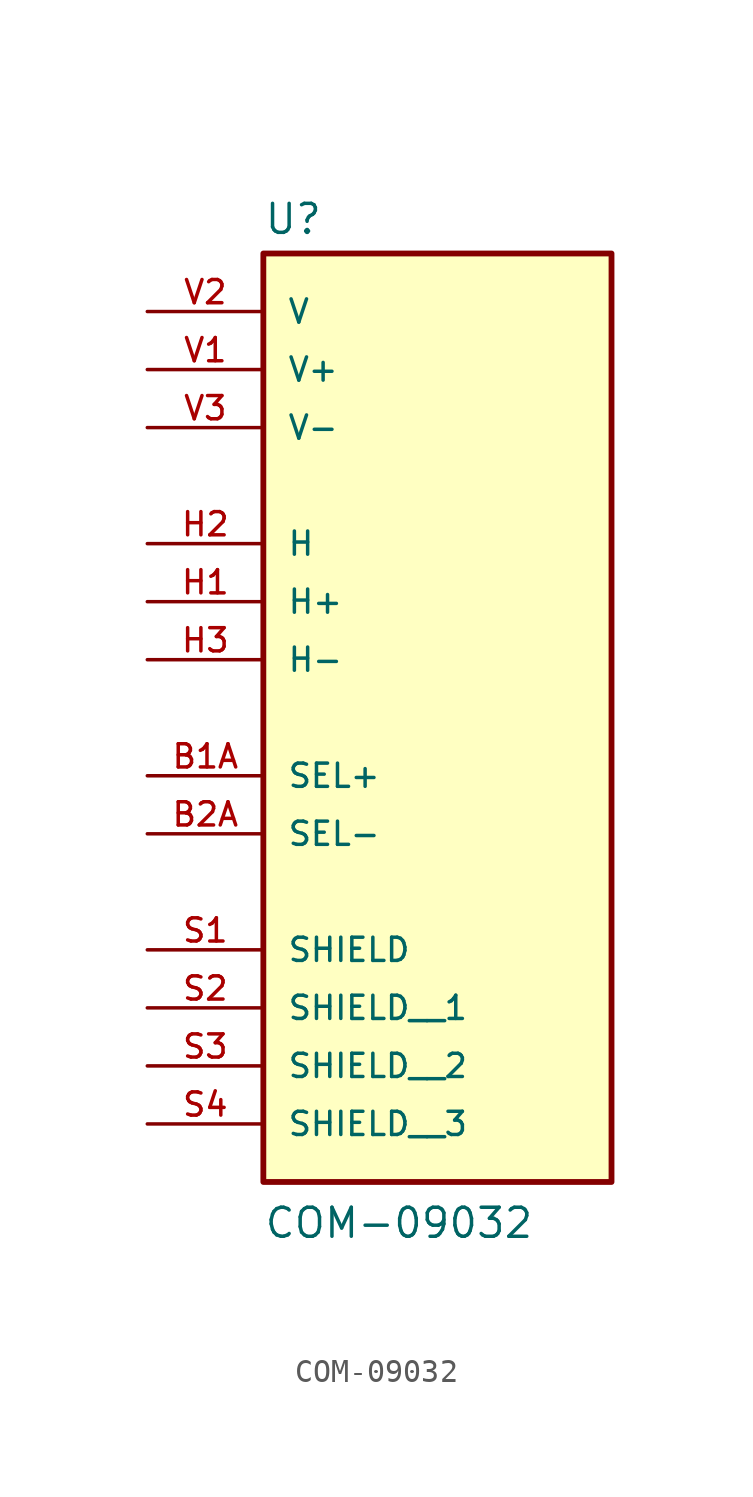
<source format=kicad_sym>
(kicad_symbol_lib
  (version 20211014)
  (generator kicad_symbol_editor)
  (symbol "COM-09032"
    (pin_names
      (offset 1.016))
    (property "Reference" "U"
      (at -7.62 16.002 0)
      (effects (font (size 1.27 1.27)) (justify bottom left)))
    (property "Value" "COM-09032"
      (at -7.62 -27.94 0)
      (effects (font (size 1.27 1.27)) (justify bottom left)))
    (symbol "COM-09032_0_0"
      (rectangle (start -7.62 -25.4) (end 7.62 15.24) (stroke (width 0.254)) (fill (type background)))
      (pin passive line (at -12.7 12.7 0) (length 5.08) (name "V" (effects (font (size 1.016 1.016)))) (number "V2" (effects (font (size 1.016 1.016)))))
      (pin passive line (at -12.7 -7.62 0) (length 5.08) (name "SEL+" (effects (font (size 1.016 1.016)))) (number "B1A" (effects (font (size 1.016 1.016)))))
      (pin passive line (at -12.7 0.0 0) (length 5.08) (name "H+" (effects (font (size 1.016 1.016)))) (number "H1" (effects (font (size 1.016 1.016)))))
      (pin passive line (at -12.7 2.54 0) (length 5.08) (name "H" (effects (font (size 1.016 1.016)))) (number "H2" (effects (font (size 1.016 1.016)))))
      (pin passive line (at -12.7 -2.54 0) (length 5.08) (name "H-" (effects (font (size 1.016 1.016)))) (number "H3" (effects (font (size 1.016 1.016)))))
      (pin passive line (at -12.7 10.16 0) (length 5.08) (name "V+" (effects (font (size 1.016 1.016)))) (number "V1" (effects (font (size 1.016 1.016)))))
      (pin passive line (at -12.7 7.62 0) (length 5.08) (name "V-" (effects (font (size 1.016 1.016)))) (number "V3" (effects (font (size 1.016 1.016)))))
      (pin passive line (at -12.7 -10.16 0) (length 5.08) (name "SEL-" (effects (font (size 1.016 1.016)))) (number "B2A" (effects (font (size 1.016 1.016)))))
      (pin passive line (at -12.7 -15.24 0) (length 5.08) (name "SHIELD" (effects (font (size 1.016 1.016)))) (number "S1" (effects (font (size 1.016 1.016)))))
      (pin passive line (at -12.7 -17.78 0) (length 5.08) (name "SHIELD__1" (effects (font (size 1.016 1.016)))) (number "S2" (effects (font (size 1.016 1.016)))))
      (pin passive line (at -12.7 -20.32 0) (length 5.08) (name "SHIELD__2" (effects (font (size 1.016 1.016)))) (number "S3" (effects (font (size 1.016 1.016)))))
      (pin passive line (at -12.7 -22.86 0) (length 5.08) (name "SHIELD__3" (effects (font (size 1.016 1.016)))) (number "S4" (effects (font (size 1.016 1.016))))))))
</source>
